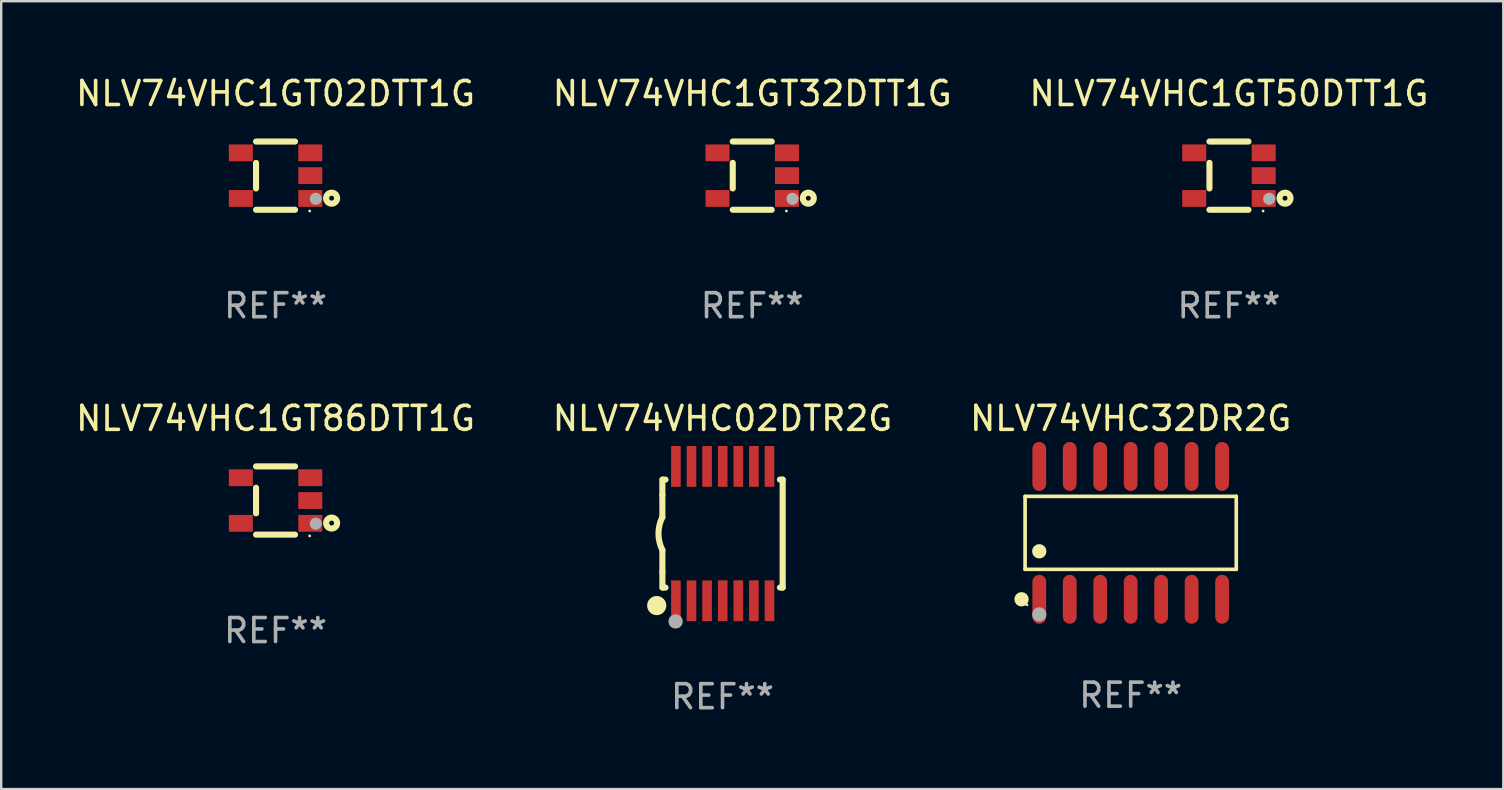
<source format=kicad_pcb>
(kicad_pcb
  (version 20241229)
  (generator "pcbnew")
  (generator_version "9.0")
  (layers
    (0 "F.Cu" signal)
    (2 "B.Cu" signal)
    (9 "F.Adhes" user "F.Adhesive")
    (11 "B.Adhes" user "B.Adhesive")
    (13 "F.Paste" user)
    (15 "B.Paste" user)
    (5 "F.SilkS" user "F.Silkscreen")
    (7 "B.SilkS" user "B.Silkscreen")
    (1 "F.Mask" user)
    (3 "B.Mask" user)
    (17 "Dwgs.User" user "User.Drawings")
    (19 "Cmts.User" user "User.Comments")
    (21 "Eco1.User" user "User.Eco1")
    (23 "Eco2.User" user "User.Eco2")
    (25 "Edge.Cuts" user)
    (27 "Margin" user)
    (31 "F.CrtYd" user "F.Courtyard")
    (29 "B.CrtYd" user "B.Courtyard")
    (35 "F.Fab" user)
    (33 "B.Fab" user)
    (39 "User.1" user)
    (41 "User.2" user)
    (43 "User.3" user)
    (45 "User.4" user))
  (footprint "NLV74VHC1GT32DTT1G"
    (layer "F.Cu")
    (at 28.304 4.271)
    (property "Reference" "NLV74VHC1GT32DTT1G" (at 0 -3.422 0) (layer "F.SilkS") (effects (font (size 1 1) (thickness 0.15))))
    (attr through_hole)
    (fp_line (start -0.813 -1.422) (end 0.812 -1.422) (stroke (width 0.254) (type solid)) (layer "F.SilkS"))
    (fp_line (start -0.813 0.533) (end -0.813 -0.533) (stroke (width 0.254) (type solid)) (layer "F.SilkS"))
    (fp_line (start 0.812 1.422) (end -0.813 1.422) (stroke (width 0.254) (type solid)) (layer "F.SilkS"))
    (fp_circle (center 1.423 1.473) (end 1.453 1.473) (stroke (width 0.06) (type solid)) (fill no) (layer "F.SilkS"))
    (fp_circle (center 2.337 0.94) (end 2.439 0.94) (stroke (width 0.254) (type solid)) (fill no) (layer "F.SilkS"))
    (fp_circle (center 1.677 0.965) (end 1.804 0.965) (stroke (width 0.254) (type solid)) (fill no) (layer "F.Fab"))
    (fp_text user "REF**" (at 0 5.422 0) (layer "F.Fab") (effects (font (size 1 1) (thickness 0.15))))
    (pad "1" smd rect (at 1.448 0.95 90) (size 0.7 1) (layers "F.Cu" "F.Mask" "F.Paste"))
    (pad "2" smd rect (at 1.448 0.000127 90) (size 0.7 1) (layers "F.Cu" "F.Mask" "F.Paste"))
    (pad "3" smd rect (at 1.448 -0.95 90) (size 0.7 1) (layers "F.Cu" "F.Mask" "F.Paste"))
    (pad "4" smd rect (at -1.448 -0.95 90) (size 0.7 1) (layers "F.Cu" "F.Mask" "F.Paste"))
    (pad "5" smd rect (at -1.448 0.95 90) (size 0.7 1) (layers "F.Cu" "F.Mask" "F.Paste")))
  (footprint "NLV74VHC1GT86DTT1G"
    (layer "F.Cu")
    (at 8.435 17.812)
    (property "Reference" "NLV74VHC1GT86DTT1G" (at 0 -3.422 0) (layer "F.SilkS") (effects (font (size 1 1) (thickness 0.15))))
    (attr through_hole)
    (fp_line (start -0.813 -1.422) (end 0.812 -1.422) (stroke (width 0.254) (type solid)) (layer "F.SilkS"))
    (fp_line (start -0.813 0.533) (end -0.813 -0.533) (stroke (width 0.254) (type solid)) (layer "F.SilkS"))
    (fp_line (start 0.812 1.422) (end -0.813 1.422) (stroke (width 0.254) (type solid)) (layer "F.SilkS"))
    (fp_circle (center 1.423 1.473) (end 1.453 1.473) (stroke (width 0.06) (type solid)) (fill no) (layer "F.SilkS"))
    (fp_circle (center 2.337 0.94) (end 2.439 0.94) (stroke (width 0.254) (type solid)) (fill no) (layer "F.SilkS"))
    (fp_circle (center 1.677 0.965) (end 1.804 0.965) (stroke (width 0.254) (type solid)) (fill no) (layer "F.Fab"))
    (fp_text user "REF**" (at 0 5.422 0) (layer "F.Fab") (effects (font (size 1 1) (thickness 0.15))))
    (pad "1" smd rect (at 1.448 0.95 90) (size 0.7 1) (layers "F.Cu" "F.Mask" "F.Paste"))
    (pad "2" smd rect (at 1.448 0.000127 90) (size 0.7 1) (layers "F.Cu" "F.Mask" "F.Paste"))
    (pad "3" smd rect (at 1.448 -0.95 90) (size 0.7 1) (layers "F.Cu" "F.Mask" "F.Paste"))
    (pad "4" smd rect (at -1.448 -0.95 90) (size 0.7 1) (layers "F.Cu" "F.Mask" "F.Paste"))
    (pad "5" smd rect (at -1.448 0.95 90) (size 0.7 1) (layers "F.Cu" "F.Mask" "F.Paste")))
  (footprint "NLV74VHC1GT50DTT1G"
    (layer "F.Cu")
    (at 48.173 4.271)
    (property "Reference" "NLV74VHC1GT50DTT1G" (at 0 -3.422 0) (layer "F.SilkS") (effects (font (size 1 1) (thickness 0.15))))
    (attr through_hole)
    (fp_line (start -0.813 -1.422) (end 0.812 -1.422) (stroke (width 0.254) (type solid)) (layer "F.SilkS"))
    (fp_line (start -0.813 0.533) (end -0.813 -0.533) (stroke (width 0.254) (type solid)) (layer "F.SilkS"))
    (fp_line (start 0.812 1.422) (end -0.813 1.422) (stroke (width 0.254) (type solid)) (layer "F.SilkS"))
    (fp_circle (center 1.423 1.473) (end 1.453 1.473) (stroke (width 0.06) (type solid)) (fill no) (layer "F.SilkS"))
    (fp_circle (center 2.337 0.94) (end 2.439 0.94) (stroke (width 0.254) (type solid)) (fill no) (layer "F.SilkS"))
    (fp_circle (center 1.677 0.965) (end 1.804 0.965) (stroke (width 0.254) (type solid)) (fill no) (layer "F.Fab"))
    (fp_text user "REF**" (at 0 5.422 0) (layer "F.Fab") (effects (font (size 1 1) (thickness 0.15))))
    (pad "1" smd rect (at 1.448 0.95 90) (size 0.7 1) (layers "F.Cu" "F.Mask" "F.Paste"))
    (pad "2" smd rect (at 1.448 0.000127 90) (size 0.7 1) (layers "F.Cu" "F.Mask" "F.Paste"))
    (pad "3" smd rect (at 1.448 -0.95 90) (size 0.7 1) (layers "F.Cu" "F.Mask" "F.Paste"))
    (pad "4" smd rect (at -1.448 -0.95 90) (size 0.7 1) (layers "F.Cu" "F.Mask" "F.Paste"))
    (pad "5" smd rect (at -1.448 0.95 90) (size 0.7 1) (layers "F.Cu" "F.Mask" "F.Paste")))
  (footprint "NLV74VHC1GT02DTT1G"
    (layer "F.Cu")
    (at 8.435 4.271)
    (property "Reference" "NLV74VHC1GT02DTT1G" (at 0 -3.422 0) (layer "F.SilkS") (effects (font (size 1 1) (thickness 0.15))))
    (attr through_hole)
    (fp_line (start -0.813 -1.422) (end 0.812 -1.422) (stroke (width 0.254) (type solid)) (layer "F.SilkS"))
    (fp_line (start -0.813 0.533) (end -0.813 -0.533) (stroke (width 0.254) (type solid)) (layer "F.SilkS"))
    (fp_line (start 0.812 1.422) (end -0.813 1.422) (stroke (width 0.254) (type solid)) (layer "F.SilkS"))
    (fp_circle (center 1.423 1.473) (end 1.453 1.473) (stroke (width 0.06) (type solid)) (fill no) (layer "F.SilkS"))
    (fp_circle (center 2.337 0.94) (end 2.439 0.94) (stroke (width 0.254) (type solid)) (fill no) (layer "F.SilkS"))
    (fp_circle (center 1.677 0.965) (end 1.804 0.965) (stroke (width 0.254) (type solid)) (fill no) (layer "F.Fab"))
    (fp_text user "REF**" (at 0 5.422 0) (layer "F.Fab") (effects (font (size 1 1) (thickness 0.15))))
    (pad "1" smd rect (at 1.448 0.95 90) (size 0.7 1) (layers "F.Cu" "F.Mask" "F.Paste"))
    (pad "2" smd rect (at 1.448 0.000127 90) (size 0.7 1) (layers "F.Cu" "F.Mask" "F.Paste"))
    (pad "3" smd rect (at 1.448 -0.95 90) (size 0.7 1) (layers "F.Cu" "F.Mask" "F.Paste"))
    (pad "4" smd rect (at -1.448 -0.95 90) (size 0.7 1) (layers "F.Cu" "F.Mask" "F.Paste"))
    (pad "5" smd rect (at -1.448 0.95 90) (size 0.7 1) (layers "F.Cu" "F.Mask" "F.Paste")))
  (footprint "NLV74VHC32DR2G"
    (layer "F.Cu")
    (at 44.077 19.159)
    (property "Reference" "NLV74VHC32DR2G" (at 0 -4.769 0) (layer "F.SilkS") (effects (font (size 1 1) (thickness 0.15))))
    (attr through_hole)
    (fp_line (start -4.401 -1.521) (end 4.401 -1.521) (stroke (width 0.152) (type solid)) (layer "F.SilkS"))
    (fp_line (start -4.401 1.521) (end -4.401 -1.521) (stroke (width 0.152) (type solid)) (layer "F.SilkS"))
    (fp_line (start 4.401 -1.521) (end 4.401 1.521) (stroke (width 0.152) (type solid)) (layer "F.SilkS"))
    (fp_line (start 4.401 1.521) (end -4.401 1.521) (stroke (width 0.152) (type solid)) (layer "F.SilkS"))
    (fp_circle (center -4.549 2.769) (end -4.399 2.769) (stroke (width 0.3) (type solid)) (fill no) (layer "F.SilkS"))
    (fp_circle (center -4.325 3) (end -4.295 3) (stroke (width 0.06) (type solid)) (fill no) (layer "F.SilkS"))
    (fp_circle (center -3.81 0.769) (end -3.66 0.769) (stroke (width 0.3) (type solid)) (fill no) (layer "F.SilkS"))
    (fp_circle (center -3.81 3.4) (end -3.66 3.4) (stroke (width 0.3) (type solid)) (fill no) (layer "F.Fab"))
    (fp_text user "REF**" (at 0 6.769 0) (layer "F.Fab") (effects (font (size 1 1) (thickness 0.15))))
    (pad "1" smd oval (at -3.81 2.769) (size 0.574 2.038) (layers "F.Cu" "F.Mask" "F.Paste"))
    (pad "2" smd oval (at -2.54 2.769) (size 0.574 2.038) (layers "F.Cu" "F.Mask" "F.Paste"))
    (pad "3" smd oval (at -1.27 2.769) (size 0.574 2.038) (layers "F.Cu" "F.Mask" "F.Paste"))
    (pad "4" smd oval (at 0 2.769) (size 0.574 2.038) (layers "F.Cu" "F.Mask" "F.Paste"))
    (pad "5" smd oval (at 1.27 2.769) (size 0.574 2.038) (layers "F.Cu" "F.Mask" "F.Paste"))
    (pad "6" smd oval (at 2.54 2.769) (size 0.574 2.038) (layers "F.Cu" "F.Mask" "F.Paste"))
    (pad "7" smd oval (at 3.81 2.769) (size 0.574 2.038) (layers "F.Cu" "F.Mask" "F.Paste"))
    (pad "8" smd oval (at 3.81 -2.769) (size 0.574 2.038) (layers "F.Cu" "F.Mask" "F.Paste"))
    (pad "9" smd oval (at 2.54 -2.769) (size 0.574 2.038) (layers "F.Cu" "F.Mask" "F.Paste"))
    (pad "10" smd oval (at 1.27 -2.769) (size 0.574 2.038) (layers "F.Cu" "F.Mask" "F.Paste"))
    (pad "11" smd oval (at 0 -2.769) (size 0.574 2.038) (layers "F.Cu" "F.Mask" "F.Paste"))
    (pad "12" smd oval (at -1.27 -2.769) (size 0.574 2.038) (layers "F.Cu" "F.Mask" "F.Paste"))
    (pad "13" smd oval (at -2.54 -2.769) (size 0.574 2.038) (layers "F.Cu" "F.Mask" "F.Paste"))
    (pad "14" smd oval (at -3.81 -2.769) (size 0.574 2.038) (layers "F.Cu" "F.Mask" "F.Paste")))
  (footprint "NLV74VHC02DTR2G"
    (layer "F.Cu")
    (at 27.065 19.19)
    (property "Reference" "NLV74VHC02DTR2G" (at 0 -4.8 0) (layer "F.SilkS") (effects (font (size 1 1) (thickness 0.15))))
    (attr through_hole)
    (fp_line (start -2.507 -1.6) (end -2.507 -2.25) (stroke (width 0.254) (type solid)) (layer "F.SilkS"))
    (fp_line (start -2.507 -0.686) (end -2.507 -1.6) (stroke (width 0.254) (type solid)) (layer "F.SilkS"))
    (fp_line (start -2.507 1.6) (end -2.507 0.686) (stroke (width 0.254) (type solid)) (layer "F.SilkS"))
    (fp_line (start -2.507 1.6) (end -2.507 2.25) (stroke (width 0.254) (type solid)) (layer "F.SilkS"))
    (fp_line (start -2.493 -2.25) (end -2.377 -2.25) (stroke (width 0.254) (type solid)) (layer "F.SilkS"))
    (fp_line (start -2.377 2.25) (end -2.493 2.25) (stroke (width 0.254) (type solid)) (layer "F.SilkS"))
    (fp_line (start 2.392 -2.25) (end 2.507 -2.25) (stroke (width 0.254) (type solid)) (layer "F.SilkS"))
    (fp_line (start 2.507 -2.25) (end 2.507 2.25) (stroke (width 0.254) (type solid)) (layer "F.SilkS"))
    (fp_line (start 2.507 2.25) (end 2.392 2.25) (stroke (width 0.254) (type solid)) (layer "F.SilkS"))
    (fp_arc (start -2.507303 0.685802) (mid -2.669199 0) (end -2.507303 -0.685801) (stroke (width 0.254001) (type solid)) (layer "F.SilkS"))
    (fp_circle (center -2.743 3) (end -2.543 3) (stroke (width 0.4) (type solid)) (fill no) (layer "F.SilkS"))
    (fp_circle (center -2.493 3.2) (end -2.463 3.2) (stroke (width 0.06) (type solid)) (fill no) (layer "F.SilkS"))
    (fp_circle (center -1.957 3.662) (end -1.807 3.662) (stroke (width 0.3) (type solid)) (fill no) (layer "F.Fab"))
    (fp_text user "REF**" (at 0 6.8 0) (layer "F.Fab") (effects (font (size 1 1) (thickness 0.15))))
    (pad "1" smd rect (at -1.943 2.8) (size 0.4 1.7) (layers "F.Cu" "F.Mask" "F.Paste"))
    (pad "2" smd rect (at -1.293 2.8) (size 0.4 1.7) (layers "F.Cu" "F.Mask" "F.Paste"))
    (pad "3" smd rect (at -0.643 2.8) (size 0.4 1.7) (layers "F.Cu" "F.Mask" "F.Paste"))
    (pad "4" smd rect (at 0.007 2.8) (size 0.4 1.7) (layers "F.Cu" "F.Mask" "F.Paste"))
    (pad "5" smd rect (at 0.657 2.8) (size 0.4 1.7) (layers "F.Cu" "F.Mask" "F.Paste"))
    (pad "6" smd rect (at 1.307 2.8) (size 0.4 1.7) (layers "F.Cu" "F.Mask" "F.Paste"))
    (pad "7" smd rect (at 1.957 2.8) (size 0.4 1.7) (layers "F.Cu" "F.Mask" "F.Paste"))
    (pad "8" smd rect (at 1.957 -2.8) (size 0.4 1.7) (layers "F.Cu" "F.Mask" "F.Paste"))
    (pad "9" smd rect (at 1.307 -2.8) (size 0.4 1.7) (layers "F.Cu" "F.Mask" "F.Paste"))
    (pad "10" smd rect (at 0.657 -2.8) (size 0.4 1.7) (layers "F.Cu" "F.Mask" "F.Paste"))
    (pad "11" smd rect (at 0.007 -2.8) (size 0.4 1.7) (layers "F.Cu" "F.Mask" "F.Paste"))
    (pad "12" smd rect (at -0.643 -2.8) (size 0.4 1.7) (layers "F.Cu" "F.Mask" "F.Paste"))
    (pad "13" smd rect (at -1.293 -2.8) (size 0.4 1.7) (layers "F.Cu" "F.Mask" "F.Paste"))
    (pad "14" smd rect (at -1.943 -2.8) (size 0.4 1.7) (layers "F.Cu" "F.Mask" "F.Paste")))
  (gr_rect
    (start -3 -3)
    (end 59.607 29.838)
    (stroke (width 0.1) (type default))
    (fill no)
    (layer "Edge.Cuts")))
</source>
